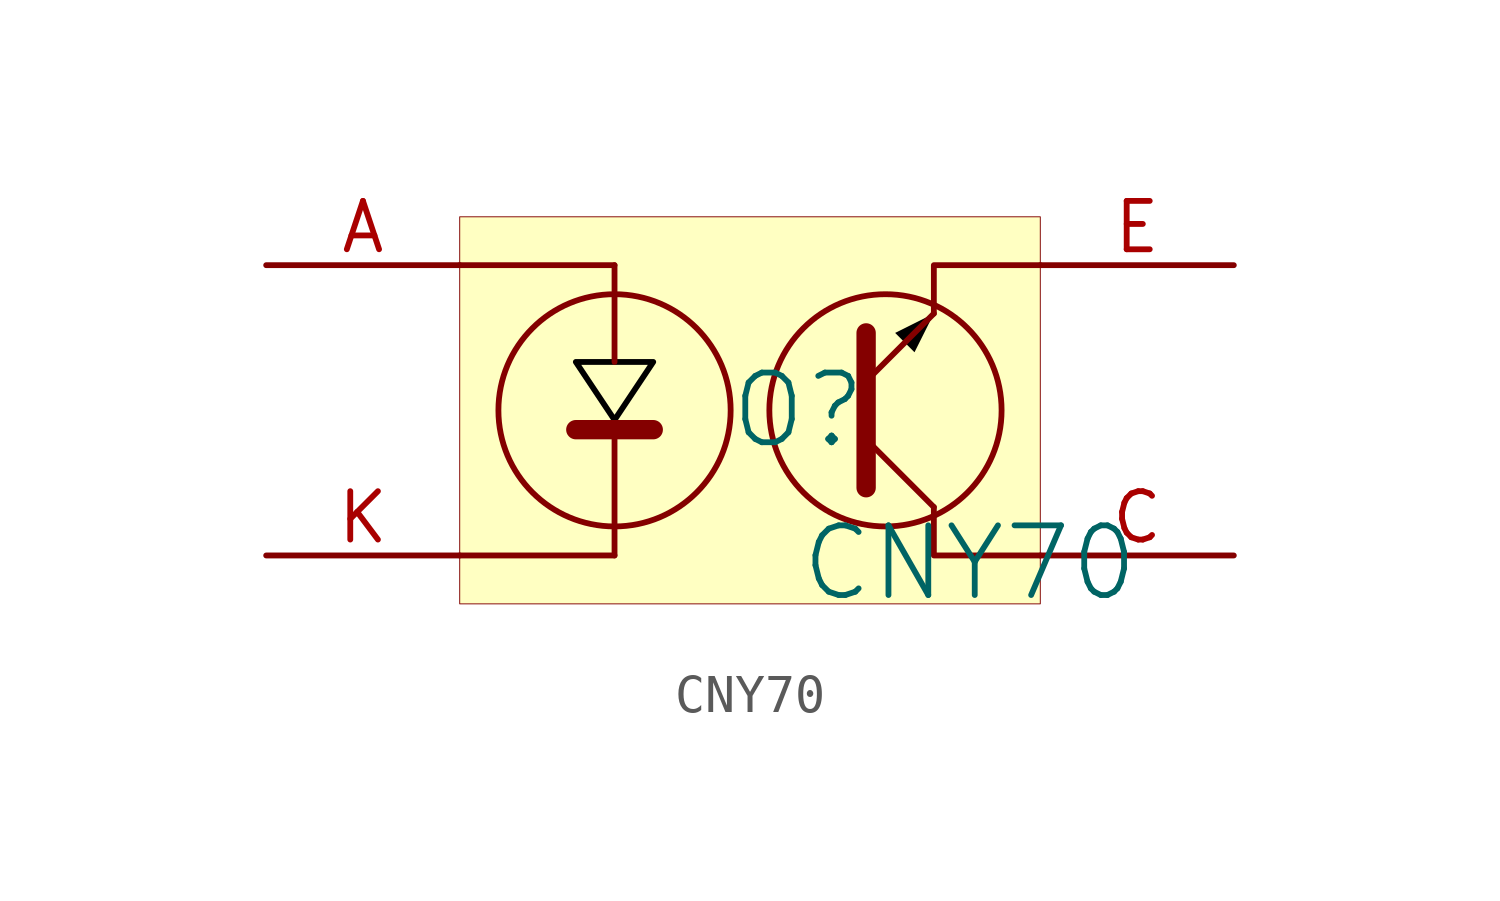
<source format=kicad_sym>
(kicad_symbol_lib
  (version 20241209)
  (generator "kicad_symbol_editor")
  (generator_version "9.0")
  (symbol "CNY70"
    (pin_names
      (hide yes))
    (property "Reference" "O"
      (at -1.27 1.27 0)
      (effects (font (size 1.829 1.829))))
    (property "Value" "CNY70"
      (at -1.27 -3.81 0)
      (effects (font (size 1.829 1.829)) (justify left bottom)))
    (symbol "CNY70_1_0"
      (polyline (pts (xy -7.112 2.54) (xy -5.08 2.54) (xy -6.096 1.016) (xy -7.112 2.54)) (stroke (width 0) (type solid) (color 0 0 0 1)) (fill (type none)))
      (polyline (pts (xy -7.112 0.762) (xy -5.08 0.762)) (stroke (width 0.508) (type solid)) (fill (type none)))
      (polyline (pts (xy -6.096 5.08) (xy -10.16 5.08)) (stroke (width 0) (type solid)) (fill (type none)))
      (polyline (pts (xy -6.096 2.54) (xy -6.096 5.08)) (stroke (width 0) (type solid)) (fill (type none)))
      (circle (center -6.096 1.27) (radius 3.048) (stroke (width 0) (type solid)) (fill (type none)))
      (polyline (pts (xy -6.096 0.508) (xy -6.096 -2.54)) (stroke (width 0) (type solid)) (fill (type none)))
      (polyline (pts (xy -6.096 -2.54) (xy -10.16 -2.54)) (stroke (width 0) (type solid)) (fill (type none)))
      (polyline (pts (xy 0.508 -0.762) (xy 0.508 3.302)) (stroke (width 0.508) (type solid)) (fill (type none)))
      (circle (center 1.016 1.27) (radius 3.048) (stroke (width 0) (type solid)) (fill (type none)))
      (polyline (pts (xy 1.778 2.794) (xy 1.27 3.302) (xy 2.286 3.81) (xy 1.778 2.794)) (stroke (width -0.0001) (type solid) (color 0 0 0 1)) (fill (type outline)))
      (polyline (pts (xy 2.286 -1.27) (xy 0.508 0.508) (xy 0.508 2.032) (xy 2.286 3.81)) (stroke (width 0) (type solid)) (fill (type none)))
      (rectangle (start 5.08 6.35) (end -10.16 -3.81) (stroke (width 0.025) (type solid) (color 128 0 0 1)) (fill (type background)))
      (polyline (pts (xy 5.08 5.08) (xy 2.286 5.08) (xy 2.286 3.81)) (stroke (width 0) (type solid)) (fill (type none)))
      (polyline (pts (xy 5.08 -2.54) (xy 2.286 -2.54) (xy 2.286 -1.27)) (stroke (width 0) (type solid)) (fill (type none)))
      (pin passive line (at -15.24 5.08 0) (length 5.08) (name "Anode" (effects (font (size 1.27 1.27)))) (number "A" (effects (font (size 1.27 1.27)))))
      (pin passive line (at -15.24 -2.54 0) (length 5.08) (name "Cath" (effects (font (size 1.27 1.27)))) (number "K" (effects (font (size 1.27 1.27)))))
      (pin passive line (at 10.16 5.08 180) (length 5.08) (name "Em" (effects (font (size 1.27 1.27)))) (number "E" (effects (font (size 1.27 1.27)))))
      (pin passive line (at 10.16 -2.54 180) (length 5.08) (name "Coll" (effects (font (size 1.27 1.27)))) (number "C" (effects (font (size 1.27 1.27))))))))
</source>
